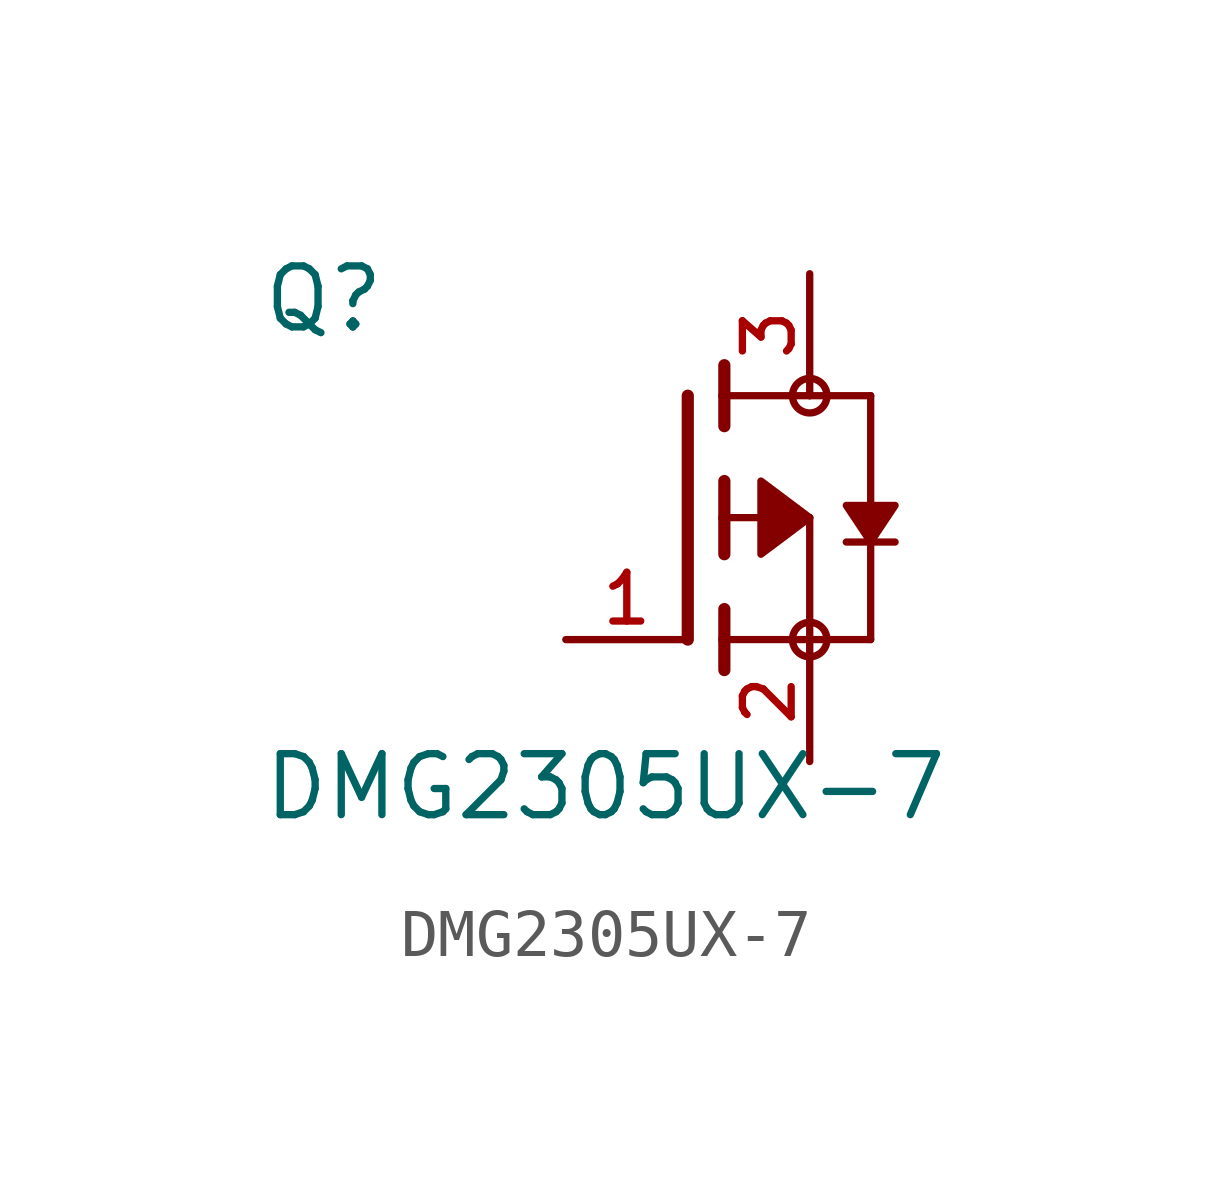
<source format=kicad_sym>
(kicad_symbol_lib
  (version 20220914)
  (generator kicad_symbol_editor)
  (symbol "DMG2305UX-7"
    (pin_names
      (offset 1.016))
    (property "Reference" "Q"
      (at -8.89 3.81 0)
      (effects (font (size 1.27 1.27)) (justify left bottom)))
    (property "Value" "DMG2305UX-7"
      (at -8.89 -6.35 0)
      (effects (font (size 1.27 1.27)) (justify left bottom)))
    (symbol "DMG2305UX-7_0_0"
      (polyline (pts (xy 0 -2.54) (xy 0 2.54)) (stroke (width 0.254) (type default)) (fill (type none)))
      (polyline (pts (xy 0.762 -3.175) (xy 0.762 -2.54)) (stroke (width 0.254) (type default)) (fill (type none)))
      (polyline (pts (xy 0.762 -2.54) (xy 0.762 -1.905)) (stroke (width 0.254) (type default)) (fill (type none)))
      (polyline (pts (xy 0.762 -2.54) (xy 2.54 -2.54)) (stroke (width 0.152) (type default)) (fill (type none)))
      (polyline (pts (xy 0.762 -0.762) (xy 0.762 0)) (stroke (width 0.254) (type default)) (fill (type none)))
      (polyline (pts (xy 0.762 0) (xy 0.762 0.762)) (stroke (width 0.254) (type default)) (fill (type none)))
      (polyline (pts (xy 0.762 0) (xy 2.54 0)) (stroke (width 0.152) (type default)) (fill (type none)))
      (polyline (pts (xy 0.762 1.905) (xy 0.762 2.54)) (stroke (width 0.254) (type default)) (fill (type none)))
      (polyline (pts (xy 0.762 2.54) (xy 0.762 3.175)) (stroke (width 0.254) (type default)) (fill (type none)))
      (polyline (pts (xy 2.54 -2.54) (xy 2.54 0)) (stroke (width 0.152) (type default)) (fill (type none)))
      (polyline (pts (xy 2.54 -2.54) (xy 3.81 -2.54)) (stroke (width 0.152) (type default)) (fill (type none)))
      (polyline (pts (xy 2.54 2.54) (xy 0.762 2.54)) (stroke (width 0.152) (type default)) (fill (type none)))
      (polyline (pts (xy 2.54 2.54) (xy 3.81 2.54)) (stroke (width 0.152) (type default)) (fill (type none)))
      (polyline (pts (xy 3.81 -0.508) (xy 3.302 -0.508)) (stroke (width 0.152) (type default)) (fill (type none)))
      (polyline (pts (xy 3.81 -0.508) (xy 3.81 -2.54)) (stroke (width 0.152) (type default)) (fill (type none)))
      (polyline (pts (xy 3.81 2.54) (xy 3.81 -0.508)) (stroke (width 0.152) (type default)) (fill (type none)))
      (polyline (pts (xy 4.318 -0.508) (xy 3.81 -0.508)) (stroke (width 0.152) (type default)) (fill (type none)))
      (polyline (pts (xy 2.54 0) (xy 1.524 0.762) (xy 1.524 -0.762) (xy 2.54 0)) (stroke (width 0.152) (type default)) (fill (type outline)))
      (polyline (pts (xy 3.81 -0.508) (xy 3.302 0.254) (xy 4.318 0.254) (xy 3.81 -0.508)) (stroke (width 0.152) (type default)) (fill (type outline)))
      (circle (center 2.54 -2.54) (radius 0.359) (stroke (width 0) (type default)) (fill (type none)))
      (circle (center 2.54 2.54) (radius 0.359) (stroke (width 0) (type default)) (fill (type none)))
      (pin passive line (at -2.54 -2.54 0) (length 2.54) (name "~" (effects (font (size 1.016 1.016)))) (number "1" (effects (font (size 1.016 1.016)))))
      (pin passive line (at 2.54 5.08 270) (length 2.54) (name "~" (effects (font (size 1.016 1.016)))) (number "3" (effects (font (size 1.016 1.016))))))
    (symbol "DMG2305UX-7_1_0"
      (pin power_out line (at 2.54 -5.08 90) (length 2.54) (name "~" (effects (font (size 1.016 1.016)))) (number "2" (effects (font (size 1.016 1.016))))))))
</source>
